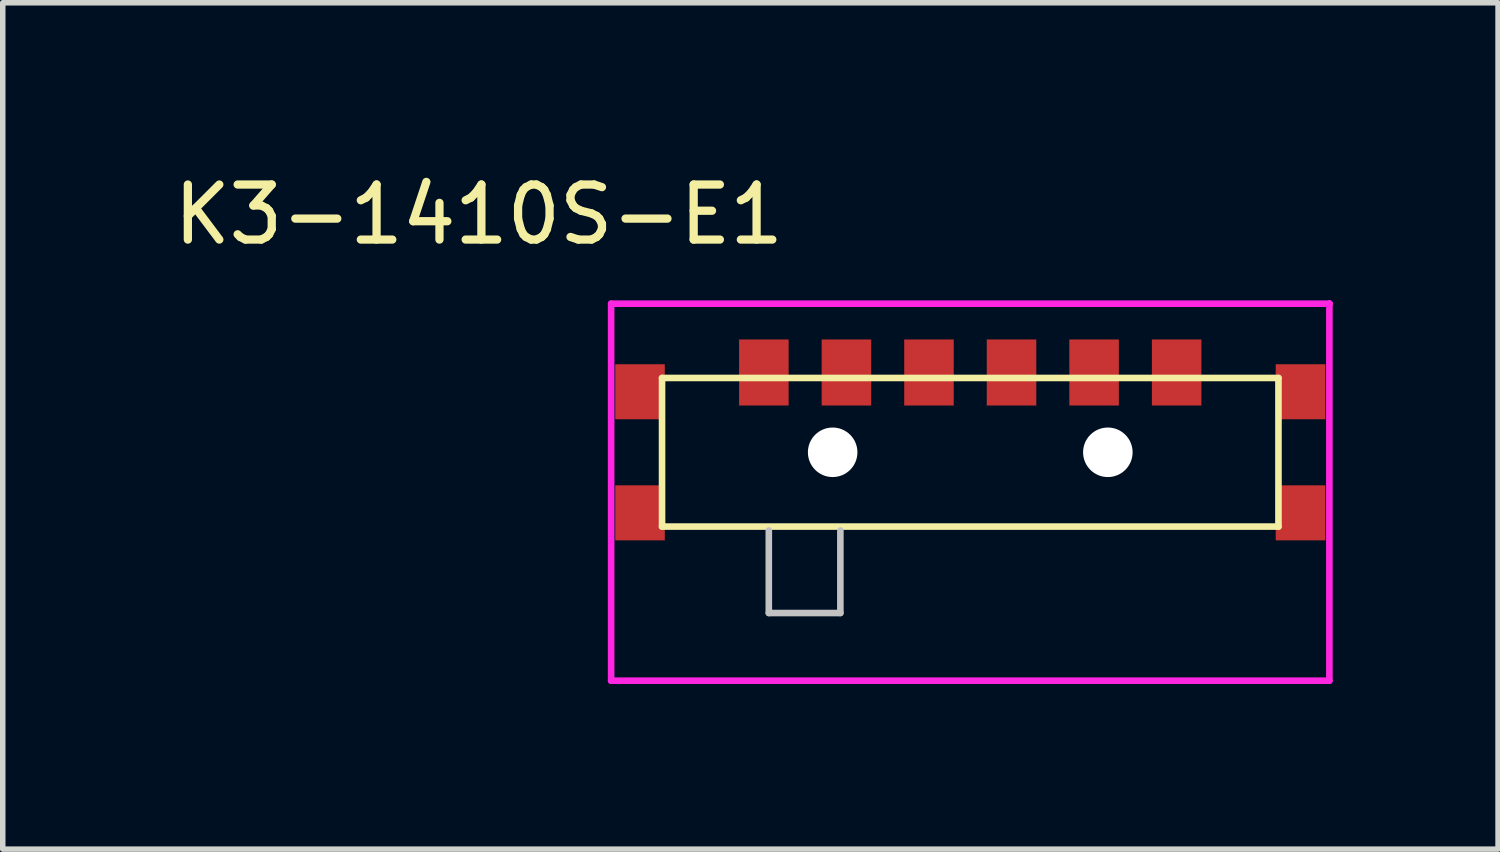
<source format=kicad_pcb>
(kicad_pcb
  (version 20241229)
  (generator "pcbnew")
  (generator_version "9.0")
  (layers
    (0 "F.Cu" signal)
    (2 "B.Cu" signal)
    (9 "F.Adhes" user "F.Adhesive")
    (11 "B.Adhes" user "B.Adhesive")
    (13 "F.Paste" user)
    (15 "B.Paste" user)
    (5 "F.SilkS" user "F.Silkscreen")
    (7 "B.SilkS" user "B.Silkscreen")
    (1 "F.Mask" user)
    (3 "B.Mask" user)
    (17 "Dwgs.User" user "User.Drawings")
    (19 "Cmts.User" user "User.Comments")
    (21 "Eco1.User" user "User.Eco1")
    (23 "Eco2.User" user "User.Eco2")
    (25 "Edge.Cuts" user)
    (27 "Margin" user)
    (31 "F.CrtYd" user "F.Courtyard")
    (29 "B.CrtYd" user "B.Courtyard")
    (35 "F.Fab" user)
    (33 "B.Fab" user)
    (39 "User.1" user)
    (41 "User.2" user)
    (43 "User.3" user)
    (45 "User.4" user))
  (footprint "K3-1410S-E1"
    (layer "F.Cu")
    (at 14.579 5.168)
    (property "Reference" "K3-1410S-E1" (at -8.93 -4.32 0) (layer "F.SilkS") (effects (font (size 1 1) (thickness 0.15))))
    (attr through_hole)
    (fp_line (start -5.6 -1.35) (end -5.6 1.35) (stroke (width 0.12) (type solid)) (layer "F.SilkS"))
    (fp_line (start -5.6 -1.35) (end 5.6 -1.35) (stroke (width 0.12) (type solid)) (layer "F.SilkS"))
    (fp_line (start -5.6 1.35) (end 5.6 1.35) (stroke (width 0.12) (type solid)) (layer "F.SilkS"))
    (fp_line (start 5.6 -1.35) (end 5.6 1.35) (stroke (width 0.12) (type solid)) (layer "F.SilkS"))
    (fp_line (start -3.66 1.42) (end -3.66 2.92) (stroke (width 0.12) (type solid)) (layer "Dwgs.User"))
    (fp_line (start -3.66 2.92) (end -2.36 2.92) (stroke (width 0.12) (type solid)) (layer "Dwgs.User"))
    (fp_line (start -2.36 2.92) (end -2.36 1.42) (stroke (width 0.12) (type solid)) (layer "Dwgs.User"))
    (fp_line (start -6.525 -2.7) (end -6.525 4.15) (stroke (width 0.12) (type solid)) (layer "F.CrtYd"))
    (fp_line (start -6.525 -2.7) (end 6.525 -2.7) (stroke (width 0.12) (type solid)) (layer "F.CrtYd"))
    (fp_line (start -6.525 4.15) (end 6.525 4.15) (stroke (width 0.12) (type solid)) (layer "F.CrtYd"))
    (fp_line (start 6.525 -2.7) (end 6.525 4.15) (stroke (width 0.12) (type solid)) (layer "F.CrtYd"))
    (fp_line (start 6.53 -2.7) (end 6.525 -2.7) (stroke (width 0.12) (type solid)) (layer "F.CrtYd"))
    (pad "" connect rect (at -6 -1.1 90) (size 1 0.9) (layers "F.Cu" "F.Mask"))
    (pad "" connect rect (at -6 1.1 90) (size 1 0.9) (layers "F.Cu" "F.Mask"))
    (pad "" np_thru_hole circle (at -2.5 0) (size 0.9 0.9) (drill 0.9) (layers "*.Cu" "*.Mask"))
    (pad "" np_thru_hole circle (at 2.5 0) (size 0.9 0.9) (drill 0.9) (layers "*.Cu" "*.Mask"))
    (pad "" connect rect (at 6 -1.1 90) (size 1 0.9) (layers "F.Cu" "F.Mask"))
    (pad "" connect rect (at 6 1.1 90) (size 1 0.9) (layers "F.Cu" "F.Mask"))
    (pad "1" smd rect (at -3.75 -1.45) (size 0.9 1.2) (layers "F.Cu" "F.Mask" "F.Paste"))
    (pad "2" smd rect (at -2.25 -1.45) (size 0.9 1.2) (layers "F.Cu" "F.Mask" "F.Paste"))
    (pad "3" smd rect (at -0.75 -1.45) (size 0.9 1.2) (layers "F.Cu" "F.Mask" "F.Paste"))
    (pad "4" smd rect (at 0.75 -1.45) (size 0.9 1.2) (layers "F.Cu" "F.Mask" "F.Paste"))
    (pad "5" smd rect (at 2.25 -1.45) (size 0.9 1.2) (layers "F.Cu" "F.Mask" "F.Paste"))
    (pad "6" smd rect (at 3.75 -1.45) (size 0.9 1.2) (layers "F.Cu" "F.Mask" "F.Paste")))
  (gr_rect
    (start -3 -3)
    (end 24.169 12.378)
    (stroke (width 0.1) (type default))
    (fill no)
    (layer "Edge.Cuts")))
</source>
